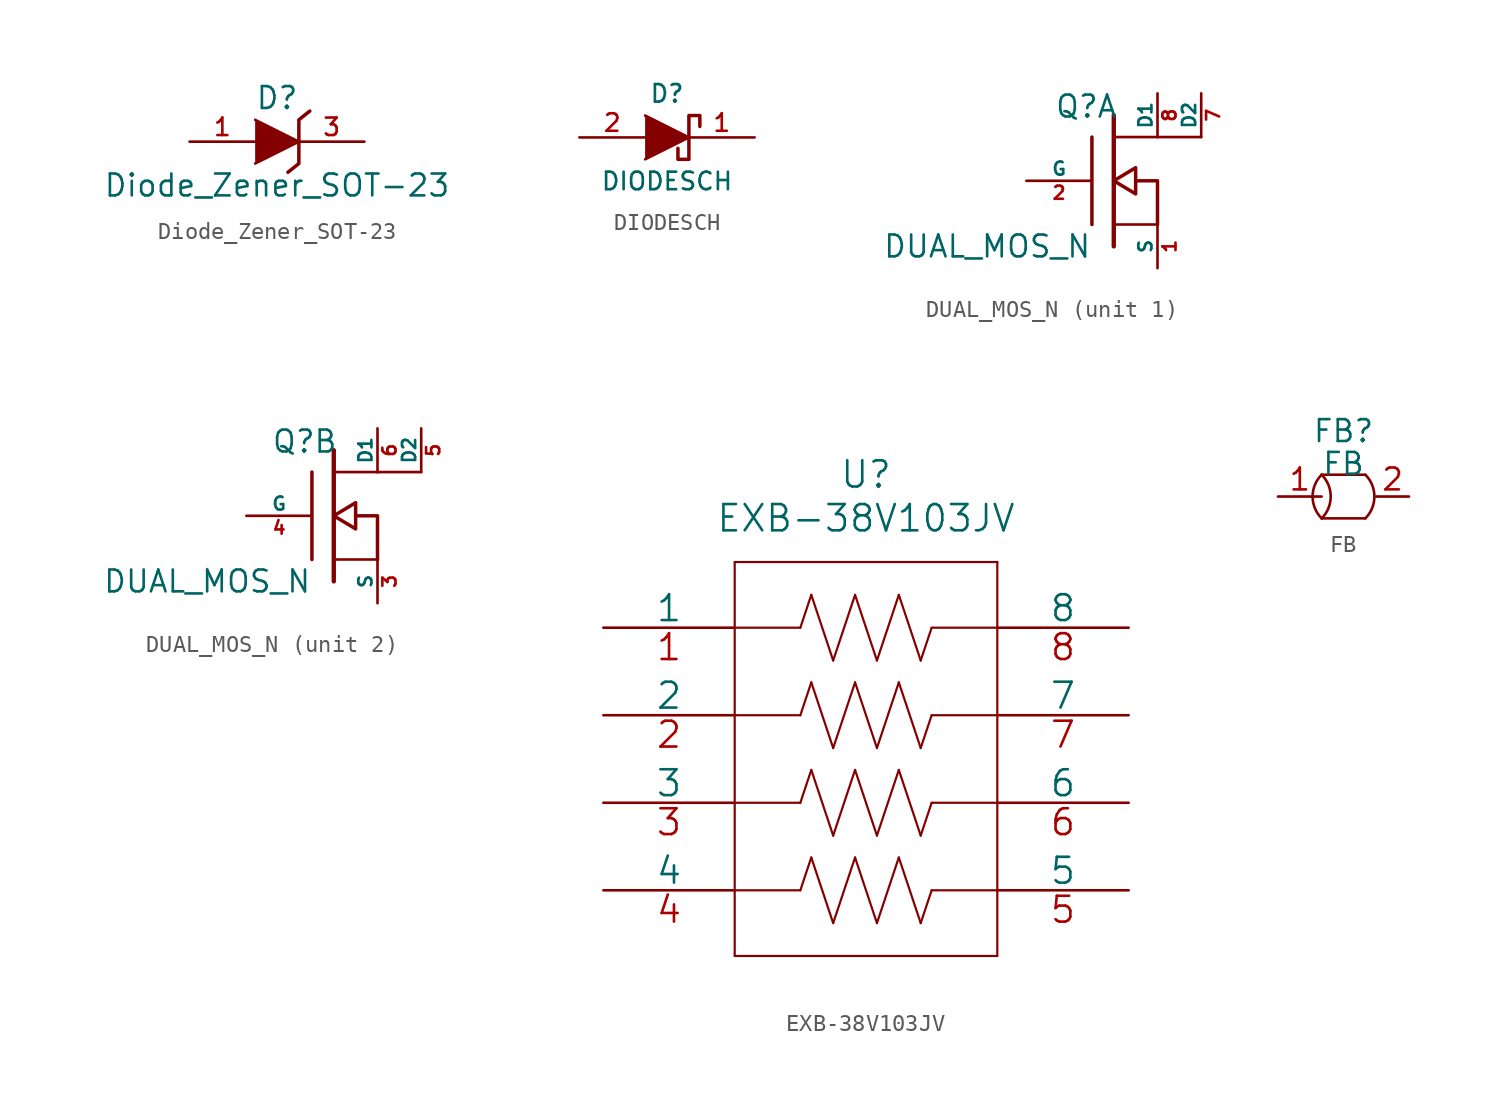
<source format=kicad_sym>
(kicad_symbol_lib
  (version 20231120)
  (generator "kicad_symbol_editor")
  (generator_version "8.0")
  (symbol "Diode_Zener_SOT-23"
    (pin_names
      (offset 1.016) hide)
    (property "Reference" "D"
      (at 0 2.54 0)
      (effects (font (size 1.27 1.27))))
    (property "Value" "Diode_Zener_SOT-23"
      (at 0 -2.54 0)
      (effects (font (size 1.27 1.27))))
    (property "Footprint" ""
      (at 0 0 0)
      (effects (font (size 1.524 1.524))))
    (property "Datasheet" ""
      (at 0 0 0)
      (effects (font (size 1.524 1.524))))
    (symbol "Diode_Zener_SOT-23_0_1"
      (polyline (pts (xy -1.27 1.27) (xy 1.27 0) (xy -1.27 -1.27)) (stroke (width 0) (type default)) (fill (type outline)))
      (polyline (pts (xy 1.905 1.778) (xy 1.27 1.27) (xy 1.27 -1.27) (xy 0.635 -1.778)) (stroke (width 0.203) (type default)) (fill (type none))))
    (symbol "Diode_Zener_SOT-23_1_1"
      (pin passive line (at -5.08 0 0) (length 3.81) (name "A" (effects (font (size 1.016 1.016)))) (number "1" (effects (font (size 1.016 1.016)))))
      (pin passive line (at 5.08 0 180) (length 3.81) (name "K" (effects (font (size 1.016 1.016)))) (number "3" (effects (font (size 1.016 1.016)))))))
  (symbol "DIODESCH"
    (pin_names
      (offset 1.016) hide)
    (property "Reference" "D"
      (at 0 2.54 0)
      (effects (font (size 1.016 1.016))))
    (property "Value" "DIODESCH"
      (at 0 -2.54 0)
      (effects (font (size 1.016 1.016))))
    (property "Footprint" ""
      (at 0 0 0)
      (effects (font (size 1.524 1.524))))
    (property "Datasheet" ""
      (at 0 0 0)
      (effects (font (size 1.524 1.524))))
    (symbol "DIODESCH_0_1"
      (polyline (pts (xy -1.27 1.27) (xy 1.27 0) (xy -1.27 -1.27)) (stroke (width 0) (type default)) (fill (type outline)))
      (polyline (pts (xy 1.905 0.635) (xy 1.905 1.27) (xy 1.27 1.27) (xy 1.27 -1.27) (xy 0.635 -1.27) (xy 0.635 -0.635)) (stroke (width 0.203) (type default)) (fill (type none))))
    (symbol "DIODESCH_1_1"
      (pin passive line (at 5.08 0 180) (length 3.81) (name "K" (effects (font (size 1.016 1.016)))) (number "1" (effects (font (size 1.016 1.016)))))
      (pin passive line (at -5.08 0 0) (length 3.81) (name "A" (effects (font (size 1.016 1.016)))) (number "2" (effects (font (size 1.016 1.016)))))))
  (symbol "DUAL_MOS_N"
    (pin_names
      (offset 0))
    (property "Reference" "Q"
      (at 0.254 4.318 0)
      (effects (font (size 1.27 1.27)) (justify right)))
    (property "Value" "DUAL_MOS_N"
      (at -1.27 -3.81 0)
      (effects (font (size 1.27 1.27)) (justify right)))
    (property "Footprint" ""
      (at 0 0 0)
      (effects (font (size 1.524 1.524))))
    (property "Datasheet" ""
      (at 0 0 0)
      (effects (font (size 1.524 1.524))))
    (symbol "DUAL_MOS_N_0_1"
      (polyline (pts (xy -1.27 -2.54) (xy -1.27 2.54)) (stroke (width 0.203) (type default)) (fill (type none)))
      (polyline (pts (xy 0 -3.81) (xy 0 3.81)) (stroke (width 0.254) (type default)) (fill (type none)))
      (polyline (pts (xy 2.54 -2.54) (xy 0 -2.54)) (stroke (width 0) (type default)) (fill (type none)))
      (polyline (pts (xy 2.54 2.54) (xy 0 2.54)) (stroke (width 0) (type default)) (fill (type none)))
      (polyline (pts (xy 5.08 2.54) (xy 2.54 2.54)) (stroke (width 0) (type default)) (fill (type none)))
      (polyline (pts (xy 2.54 -2.54) (xy 2.54 0) (xy 1.27 0)) (stroke (width 0.203) (type default)) (fill (type none)))
      (polyline (pts (xy 1.27 0.762) (xy 1.27 -0.762) (xy 0 0) (xy 1.27 0.762) (xy 1.27 0.762)) (stroke (width 0.203) (type default)) (fill (type none))))
    (symbol "DUAL_MOS_N_1_1"
      (pin passive line (at 2.54 -5.08 90) (length 2.54) (name "S" (effects (font (size 0.762 0.762)))) (number "1" (effects (font (size 0.762 0.762)))))
      (pin input line (at -5.08 0 0) (length 3.81) (name "G" (effects (font (size 0.762 0.762)))) (number "2" (effects (font (size 0.762 0.762)))))
      (pin passive line (at 5.08 5.08 270) (length 2.54) (name "D2" (effects (font (size 0.762 0.762)))) (number "7" (effects (font (size 0.762 0.762)))))
      (pin passive line (at 2.54 5.08 270) (length 2.54) (name "D1" (effects (font (size 0.762 0.762)))) (number "8" (effects (font (size 0.762 0.762))))))
    (symbol "DUAL_MOS_N_2_1"
      (pin passive line (at 2.54 -5.08 90) (length 2.54) (name "S" (effects (font (size 0.762 0.762)))) (number "3" (effects (font (size 0.762 0.762)))))
      (pin input line (at -5.08 0 0) (length 3.81) (name "G" (effects (font (size 0.762 0.762)))) (number "4" (effects (font (size 0.762 0.762)))))
      (pin passive line (at 5.08 5.08 270) (length 2.54) (name "D2" (effects (font (size 0.762 0.762)))) (number "5" (effects (font (size 0.762 0.762)))))
      (pin passive line (at 2.54 5.08 270) (length 2.54) (name "D1" (effects (font (size 0.762 0.762)))) (number "6" (effects (font (size 0.762 0.762)))))))
  (symbol "EXB-38V103JV"
    (pin_names
      (offset 0))
    (property "Reference" "U"
      (at 15.24 8.89 0)
      (effects (font (size 1.524 1.524))))
    (property "Value" "EXB-38V103JV"
      (at 15.24 6.35 0)
      (effects (font (size 1.524 1.524))))
    (property "Datasheet" ""
      (at 0 0 0)
      (effects (font (size 1.524 1.524))))
    (symbol "EXB-38V103JV_1_0"
      (polyline (pts (xy 7.62 -19.05) (xy 22.86 -19.05)) (stroke (width 0.127) (type default)) (fill (type none)))
      (polyline (pts (xy 7.62 3.81) (xy 7.62 -19.05)) (stroke (width 0.127) (type default)) (fill (type none)))
      (polyline (pts (xy 11.43 -15.24) (xy 7.62 -15.24)) (stroke (width 0.127) (type default)) (fill (type none)))
      (polyline (pts (xy 11.43 -15.24) (xy 12.065 -13.335)) (stroke (width 0.127) (type default)) (fill (type none)))
      (polyline (pts (xy 11.43 -10.16) (xy 7.62 -10.16)) (stroke (width 0.127) (type default)) (fill (type none)))
      (polyline (pts (xy 11.43 -10.16) (xy 12.065 -8.255)) (stroke (width 0.127) (type default)) (fill (type none)))
      (polyline (pts (xy 11.43 -5.08) (xy 7.62 -5.08)) (stroke (width 0.127) (type default)) (fill (type none)))
      (polyline (pts (xy 11.43 -5.08) (xy 12.065 -3.175)) (stroke (width 0.127) (type default)) (fill (type none)))
      (polyline (pts (xy 11.43 0) (xy 7.62 0)) (stroke (width 0.127) (type default)) (fill (type none)))
      (polyline (pts (xy 11.43 0) (xy 12.065 1.905)) (stroke (width 0.127) (type default)) (fill (type none)))
      (polyline (pts (xy 12.065 -13.335) (xy 13.335 -17.145)) (stroke (width 0.127) (type default)) (fill (type none)))
      (polyline (pts (xy 12.065 -8.255) (xy 13.335 -12.065)) (stroke (width 0.127) (type default)) (fill (type none)))
      (polyline (pts (xy 12.065 -3.175) (xy 13.335 -6.985)) (stroke (width 0.127) (type default)) (fill (type none)))
      (polyline (pts (xy 12.065 1.905) (xy 13.335 -1.905)) (stroke (width 0.127) (type default)) (fill (type none)))
      (polyline (pts (xy 13.335 -17.145) (xy 14.605 -13.335)) (stroke (width 0.127) (type default)) (fill (type none)))
      (polyline (pts (xy 13.335 -12.065) (xy 14.605 -8.255)) (stroke (width 0.127) (type default)) (fill (type none)))
      (polyline (pts (xy 13.335 -6.985) (xy 14.605 -3.175)) (stroke (width 0.127) (type default)) (fill (type none)))
      (polyline (pts (xy 13.335 -1.905) (xy 14.605 1.905)) (stroke (width 0.127) (type default)) (fill (type none)))
      (polyline (pts (xy 14.605 -13.335) (xy 15.875 -17.145)) (stroke (width 0.127) (type default)) (fill (type none)))
      (polyline (pts (xy 14.605 -8.255) (xy 15.875 -12.065)) (stroke (width 0.127) (type default)) (fill (type none)))
      (polyline (pts (xy 14.605 -3.175) (xy 15.875 -6.985)) (stroke (width 0.127) (type default)) (fill (type none)))
      (polyline (pts (xy 14.605 1.905) (xy 15.875 -1.905)) (stroke (width 0.127) (type default)) (fill (type none)))
      (polyline (pts (xy 15.875 -17.145) (xy 17.145 -13.335)) (stroke (width 0.127) (type default)) (fill (type none)))
      (polyline (pts (xy 15.875 -12.065) (xy 17.145 -8.255)) (stroke (width 0.127) (type default)) (fill (type none)))
      (polyline (pts (xy 15.875 -6.985) (xy 17.145 -3.175)) (stroke (width 0.127) (type default)) (fill (type none)))
      (polyline (pts (xy 15.875 -1.905) (xy 17.145 1.905)) (stroke (width 0.127) (type default)) (fill (type none)))
      (polyline (pts (xy 17.145 -13.335) (xy 18.415 -17.145)) (stroke (width 0.127) (type default)) (fill (type none)))
      (polyline (pts (xy 17.145 -8.255) (xy 18.415 -12.065)) (stroke (width 0.127) (type default)) (fill (type none)))
      (polyline (pts (xy 17.145 -3.175) (xy 18.415 -6.985)) (stroke (width 0.127) (type default)) (fill (type none)))
      (polyline (pts (xy 17.145 1.905) (xy 18.415 -1.905)) (stroke (width 0.127) (type default)) (fill (type none)))
      (polyline (pts (xy 18.415 -17.145) (xy 19.05 -15.24)) (stroke (width 0.127) (type default)) (fill (type none)))
      (polyline (pts (xy 18.415 -12.065) (xy 19.05 -10.16)) (stroke (width 0.127) (type default)) (fill (type none)))
      (polyline (pts (xy 18.415 -6.985) (xy 19.05 -5.08)) (stroke (width 0.127) (type default)) (fill (type none)))
      (polyline (pts (xy 18.415 -1.905) (xy 19.05 0)) (stroke (width 0.127) (type default)) (fill (type none)))
      (polyline (pts (xy 19.05 -15.24) (xy 22.86 -15.24)) (stroke (width 0.127) (type default)) (fill (type none)))
      (polyline (pts (xy 19.05 -10.16) (xy 22.86 -10.16)) (stroke (width 0.127) (type default)) (fill (type none)))
      (polyline (pts (xy 19.05 -5.08) (xy 22.86 -5.08)) (stroke (width 0.127) (type default)) (fill (type none)))
      (polyline (pts (xy 19.05 0) (xy 22.86 0)) (stroke (width 0.127) (type default)) (fill (type none)))
      (polyline (pts (xy 22.86 -19.05) (xy 22.86 3.81)) (stroke (width 0.127) (type default)) (fill (type none)))
      (polyline (pts (xy 22.86 3.81) (xy 7.62 3.81)) (stroke (width 0.127) (type default)) (fill (type none)))
      (pin unspecified line (at 0 0 0) (length 7.62) (name "1" (effects (font (size 1.499 1.499)))) (number "1" (effects (font (size 1.499 1.499)))))
      (pin unspecified line (at 0 -5.08 0) (length 7.62) (name "2" (effects (font (size 1.499 1.499)))) (number "2" (effects (font (size 1.499 1.499)))))
      (pin unspecified line (at 0 -10.16 0) (length 7.62) (name "3" (effects (font (size 1.499 1.499)))) (number "3" (effects (font (size 1.499 1.499)))))
      (pin unspecified line (at 0 -15.24 0) (length 7.62) (name "4" (effects (font (size 1.499 1.499)))) (number "4" (effects (font (size 1.499 1.499)))))
      (pin unspecified line (at 30.48 -15.24 180) (length 7.62) (name "5" (effects (font (size 1.499 1.499)))) (number "5" (effects (font (size 1.499 1.499)))))
      (pin unspecified line (at 30.48 -10.16 180) (length 7.62) (name "6" (effects (font (size 1.499 1.499)))) (number "6" (effects (font (size 1.499 1.499)))))
      (pin unspecified line (at 30.48 -5.08 180) (length 7.62) (name "7" (effects (font (size 1.499 1.499)))) (number "7" (effects (font (size 1.499 1.499)))))
      (pin unspecified line (at 30.48 0 180) (length 7.62) (name "8" (effects (font (size 1.499 1.499)))) (number "8" (effects (font (size 1.499 1.499)))))))
  (symbol "FB"
    (pin_names
      (offset 1.016) hide)
    (property "Reference" "FB"
      (at 0 3.81 0)
      (effects (font (size 1.27 1.27))))
    (property "Value" "FB"
      (at 0 1.905 0)
      (effects (font (size 1.27 1.27))))
    (property "Footprint" ""
      (at 0 0 0)
      (effects (font (size 1.524 1.524))))
    (property "Datasheet" ""
      (at 0 0 0)
      (effects (font (size 1.524 1.524))))
    (symbol "FB_0_1"
      (arc (start -1.27 -1.27) (mid -0.7439 0) (end -1.27 1.27) (stroke (width 0) (type default)) (fill (type none)))
      (arc (start -1.27 1.27) (mid -1.7961 0) (end -1.27 -1.27) (stroke (width 0) (type default)) (fill (type none)))
      (polyline (pts (xy 1.27 -1.27) (xy -1.27 -1.27)) (stroke (width 0) (type default)) (fill (type none)))
      (polyline (pts (xy 1.27 1.27) (xy -1.27 1.27)) (stroke (width 0) (type default)) (fill (type none)))
      (arc (start 1.27 -1.27) (mid 1.7961 0) (end 1.27 1.27) (stroke (width 0) (type default)) (fill (type none))))
    (symbol "FB_1_1"
      (pin passive line (at -3.81 0 0) (length 2.54) (name "1" (effects (font (size 1.27 1.27)))) (number "1" (effects (font (size 1.27 1.27)))))
      (pin passive line (at 3.81 0 180) (length 1.905) (name "2" (effects (font (size 1.27 1.27)))) (number "2" (effects (font (size 1.27 1.27))))))))
</source>
